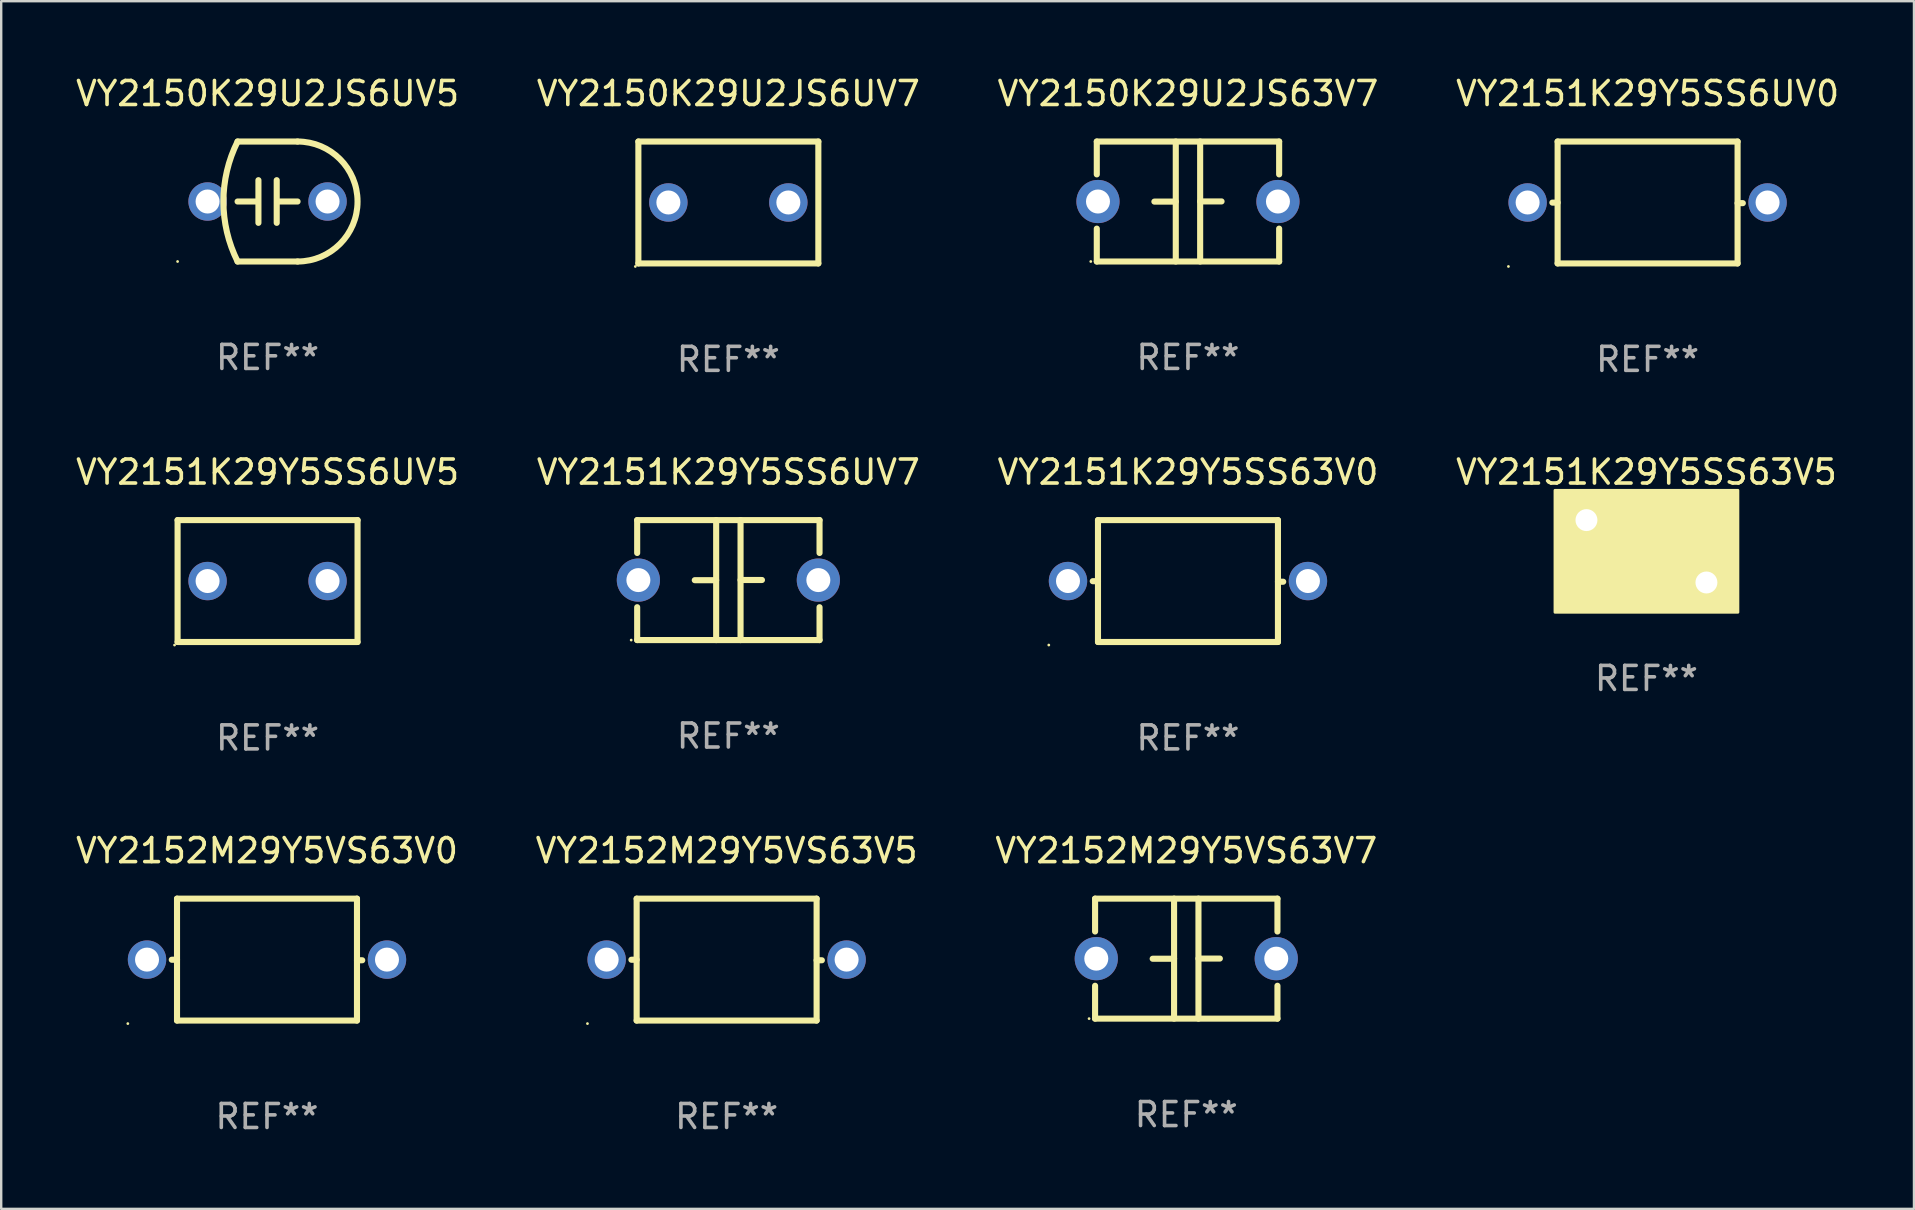
<source format=kicad_pcb>
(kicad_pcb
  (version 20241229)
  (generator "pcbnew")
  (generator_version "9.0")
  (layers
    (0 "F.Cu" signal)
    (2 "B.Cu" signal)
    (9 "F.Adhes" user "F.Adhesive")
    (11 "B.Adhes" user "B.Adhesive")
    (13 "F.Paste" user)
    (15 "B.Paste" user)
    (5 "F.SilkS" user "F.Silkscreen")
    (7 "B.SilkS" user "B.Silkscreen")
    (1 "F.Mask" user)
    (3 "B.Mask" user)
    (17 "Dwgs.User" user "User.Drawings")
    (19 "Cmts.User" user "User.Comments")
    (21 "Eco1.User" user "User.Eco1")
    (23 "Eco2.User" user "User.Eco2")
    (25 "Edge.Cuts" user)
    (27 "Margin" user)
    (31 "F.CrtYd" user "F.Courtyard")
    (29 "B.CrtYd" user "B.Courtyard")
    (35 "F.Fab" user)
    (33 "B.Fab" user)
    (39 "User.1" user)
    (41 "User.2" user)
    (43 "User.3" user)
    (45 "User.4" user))
  (footprint "VY2151K29Y5SS6UV7"
    (layer "F.Cu")
    (at 27.304 21.125)
    (property "Reference" "VY2151K29Y5SS6UV7" (at 0 -4.5 0) (layer "F.SilkS") (effects (font (size 1 1) (thickness 0.15))))
    (attr through_hole)
    (fp_line (start -3.8 -2.5) (end -3.8 -1.13) (stroke (width 0.254) (type solid)) (layer "F.SilkS"))
    (fp_line (start -3.8 -2.5) (end 3.8 -2.5) (stroke (width 0.254) (type solid)) (layer "F.SilkS"))
    (fp_line (start -3.8 1.13) (end -3.8 2.5) (stroke (width 0.254) (type solid)) (layer "F.SilkS"))
    (fp_line (start -3.8 2.5) (end 3.8 2.5) (stroke (width 0.254) (type solid)) (layer "F.SilkS"))
    (fp_line (start -0.508 0.004) (end -1.4 0.004) (stroke (width 0.254) (type solid)) (layer "F.SilkS"))
    (fp_line (start -0.508 2.5) (end -0.508 -2.5) (stroke (width 0.254) (type solid)) (layer "F.SilkS"))
    (fp_line (start 0.508 -2.5) (end 0.508 2.5) (stroke (width 0.254) (type solid)) (layer "F.SilkS"))
    (fp_line (start 0.508 -0.004) (end 1.4 -0.004) (stroke (width 0.254) (type solid)) (layer "F.SilkS"))
    (fp_line (start 3.8 -2.5) (end 3.8 -1.13) (stroke (width 0.254) (type solid)) (layer "F.SilkS"))
    (fp_line (start 3.8 1.13) (end 3.8 2.5) (stroke (width 0.254) (type solid)) (layer "F.SilkS"))
    (fp_circle (center -4.05 2.5) (end -4.02 2.5) (stroke (width 0.06) (type solid)) (fill no) (layer "F.SilkS"))
    (fp_text user "REF**" (at 0 6.5 0) (layer "F.Fab") (effects (font (size 1 1) (thickness 0.15))))
    (pad "1" thru_hole circle (at -3.75 0.000127) (size 1.8 1.8) (drill 1) (layers "*.Cu" "*.Mask"))
    (pad "2" thru_hole circle (at 3.75 0.000127) (size 1.8 1.8) (drill 1) (layers "*.Cu" "*.Mask")))
  (footprint "VY2150K29U2JS6UV7"
    (layer "F.Cu")
    (at 27.304 5.388)
    (property "Reference" "VY2150K29U2JS6UV7" (at 0 -4.54 0) (layer "F.SilkS") (effects (font (size 1 1) (thickness 0.15))))
    (attr through_hole)
    (fp_line (start -3.75 -2.54) (end 3.75 -2.54) (stroke (width 0.254) (type solid)) (layer "F.SilkS"))
    (fp_line (start -3.75 2.54) (end -3.75 -2.54) (stroke (width 0.254) (type solid)) (layer "F.SilkS"))
    (fp_line (start 3.75 -2.54) (end 3.75 2.54) (stroke (width 0.254) (type solid)) (layer "F.SilkS"))
    (fp_line (start 3.75 2.54) (end -3.75 2.54) (stroke (width 0.254) (type solid)) (layer "F.SilkS"))
    (fp_circle (center -3.877 2.667) (end -3.847 2.667) (stroke (width 0.06) (type solid)) (fill no) (layer "F.SilkS"))
    (fp_text user "REF**" (at 0 6.54 0) (layer "F.Fab") (effects (font (size 1 1) (thickness 0.15))))
    (pad "1" thru_hole circle (at -2.5 0) (size 1.6 1.6) (drill 1) (layers "*.Cu" "*.Mask"))
    (pad "2" thru_hole circle (at 2.5 0) (size 1.6 1.6) (drill 1) (layers "*.Cu" "*.Mask")))
  (footprint "VY2150K29U2JS6UV5"
    (layer "F.Cu")
    (at 8.101 5.348)
    (property "Reference" "VY2150K29U2JS6UV5" (at 0 -4.5 0) (layer "F.SilkS") (effects (font (size 1 1) (thickness 0.15))))
    (attr through_hole)
    (fp_line (start -1.25 0) (end -0.508 0) (stroke (width 0.254) (type solid)) (layer "F.SilkS"))
    (fp_line (start -1.25 -2.5) (end 1.25 -2.5) (stroke (width 0.254) (type solid)) (layer "F.SilkS"))
    (fp_line (start -1.25 2.5) (end 1.25 2.5) (stroke (width 0.254) (type solid)) (layer "F.SilkS"))
    (fp_line (start -0.381 -0.889) (end -0.381 0.889) (stroke (width 0.254) (type solid)) (layer "F.SilkS"))
    (fp_line (start 0.381 -0.889) (end 0.381 0.889) (stroke (width 0.254) (type solid)) (layer "F.SilkS"))
    (fp_line (start 1.25 0) (end 0.508 0) (stroke (width 0.254) (type solid)) (layer "F.SilkS"))
    (fp_arc (start -1.249607 2.5) (mid -1.839785 0.000003) (end -1.249632 -2.5) (stroke (width 0.254001) (type solid)) (layer "F.SilkS"))
    (fp_arc (start 1.249605 -2.5) (mid 3.749606 -0.000014) (end 1.249632 2.5) (stroke (width 0.254001) (type solid)) (layer "F.SilkS"))
    (fp_circle (center -3.75 2.5) (end -3.72 2.5) (stroke (width 0.06) (type solid)) (fill no) (layer "F.SilkS"))
    (fp_text user "REF**" (at 0 6.5 0) (layer "F.Fab") (effects (font (size 1 1) (thickness 0.15))))
    (pad "1" thru_hole circle (at -2.5 0) (size 1.6 1.6) (drill 1) (layers "*.Cu" "*.Mask"))
    (pad "2" thru_hole circle (at 2.5 0) (size 1.6 1.6) (drill 1) (layers "*.Cu" "*.Mask")))
  (footprint "VY2151K29Y5SS6UV5"
    (layer "F.Cu")
    (at 8.101 21.165)
    (property "Reference" "VY2151K29Y5SS6UV5" (at 0 -4.54 0) (layer "F.SilkS") (effects (font (size 1 1) (thickness 0.15))))
    (attr through_hole)
    (fp_line (start -3.75 -2.54) (end 3.75 -2.54) (stroke (width 0.254) (type solid)) (layer "F.SilkS"))
    (fp_line (start -3.75 2.54) (end -3.75 -2.54) (stroke (width 0.254) (type solid)) (layer "F.SilkS"))
    (fp_line (start 3.75 -2.54) (end 3.75 2.54) (stroke (width 0.254) (type solid)) (layer "F.SilkS"))
    (fp_line (start 3.75 2.54) (end -3.75 2.54) (stroke (width 0.254) (type solid)) (layer "F.SilkS"))
    (fp_circle (center -3.877 2.667) (end -3.847 2.667) (stroke (width 0.06) (type solid)) (fill no) (layer "F.SilkS"))
    (fp_text user "REF**" (at 0 6.54 0) (layer "F.Fab") (effects (font (size 1 1) (thickness 0.15))))
    (pad "1" thru_hole circle (at -2.5 0) (size 1.6 1.6) (drill 1) (layers "*.Cu" "*.Mask"))
    (pad "2" thru_hole circle (at 2.5 0) (size 1.6 1.6) (drill 1) (layers "*.Cu" "*.Mask")))
  (footprint "VY2151K29Y5SS63V0"
    (layer "F.Cu")
    (at 46.458 21.165)
    (property "Reference" "VY2151K29Y5SS63V0" (at 0 -4.54 0) (layer "F.SilkS") (effects (font (size 1 1) (thickness 0.15))))
    (attr through_hole)
    (fp_line (start -3.75 -2.54) (end 3.75 -2.54) (stroke (width 0.254) (type solid)) (layer "F.SilkS"))
    (fp_line (start -3.75 0.006) (end -3.969 0.006) (stroke (width 0.254) (type solid)) (layer "F.SilkS"))
    (fp_line (start -3.75 2.54) (end -3.75 -2.54) (stroke (width 0.254) (type solid)) (layer "F.SilkS"))
    (fp_line (start 3.75 -2.54) (end 3.75 2.54) (stroke (width 0.254) (type solid)) (layer "F.SilkS"))
    (fp_line (start 3.75 0.028) (end 3.969 0.028) (stroke (width 0.254) (type solid)) (layer "F.SilkS"))
    (fp_line (start 3.75 2.54) (end -3.75 2.54) (stroke (width 0.254) (type solid)) (layer "F.SilkS"))
    (fp_circle (center -5.8 2.667) (end -5.77 2.667) (stroke (width 0.06) (type solid)) (fill no) (layer "F.SilkS"))
    (fp_text user "REF**" (at 0 6.54 0) (layer "F.Fab") (effects (font (size 1 1) (thickness 0.15))))
    (pad "1" thru_hole circle (at -5 0) (size 1.6 1.6) (drill 1) (layers "*.Cu" "*.Mask"))
    (pad "2" thru_hole circle (at 5 0) (size 1.6 1.6) (drill 1) (layers "*.Cu" "*.Mask")))
  (footprint "VY2151K29Y5SS6UV0"
    (layer "F.Cu")
    (at 65.613 5.388)
    (property "Reference" "VY2151K29Y5SS6UV0" (at 0 -4.54 0) (layer "F.SilkS") (effects (font (size 1 1) (thickness 0.15))))
    (attr through_hole)
    (fp_line (start -3.75 -2.54) (end 3.75 -2.54) (stroke (width 0.254) (type solid)) (layer "F.SilkS"))
    (fp_line (start -3.75 0.006) (end -3.969 0.006) (stroke (width 0.254) (type solid)) (layer "F.SilkS"))
    (fp_line (start -3.75 2.54) (end -3.75 -2.54) (stroke (width 0.254) (type solid)) (layer "F.SilkS"))
    (fp_line (start 3.75 -2.54) (end 3.75 2.54) (stroke (width 0.254) (type solid)) (layer "F.SilkS"))
    (fp_line (start 3.75 0.028) (end 3.969 0.028) (stroke (width 0.254) (type solid)) (layer "F.SilkS"))
    (fp_line (start 3.75 2.54) (end -3.75 2.54) (stroke (width 0.254) (type solid)) (layer "F.SilkS"))
    (fp_circle (center -5.8 2.667) (end -5.77 2.667) (stroke (width 0.06) (type solid)) (fill no) (layer "F.SilkS"))
    (fp_text user "REF**" (at 0 6.54 0) (layer "F.Fab") (effects (font (size 1 1) (thickness 0.15))))
    (pad "1" thru_hole circle (at -5 0) (size 1.6 1.6) (drill 1) (layers "*.Cu" "*.Mask"))
    (pad "2" thru_hole circle (at 5 0) (size 1.6 1.6) (drill 1) (layers "*.Cu" "*.Mask")))
  (footprint "VY2152M29Y5VS63V5"
    (layer "F.Cu")
    (at 27.232 36.941)
    (property "Reference" "VY2152M29Y5VS63V5" (at 0 -4.54 0) (layer "F.SilkS") (effects (font (size 1 1) (thickness 0.15))))
    (attr through_hole)
    (fp_line (start -3.75 -2.54) (end 3.75 -2.54) (stroke (width 0.254) (type solid)) (layer "F.SilkS"))
    (fp_line (start -3.75 0.006) (end -3.969 0.006) (stroke (width 0.254) (type solid)) (layer "F.SilkS"))
    (fp_line (start -3.75 2.54) (end -3.75 -2.54) (stroke (width 0.254) (type solid)) (layer "F.SilkS"))
    (fp_line (start 3.75 -2.54) (end 3.75 2.54) (stroke (width 0.254) (type solid)) (layer "F.SilkS"))
    (fp_line (start 3.75 0.028) (end 3.969 0.028) (stroke (width 0.254) (type solid)) (layer "F.SilkS"))
    (fp_line (start 3.75 2.54) (end -3.75 2.54) (stroke (width 0.254) (type solid)) (layer "F.SilkS"))
    (fp_circle (center -5.8 2.667) (end -5.77 2.667) (stroke (width 0.06) (type solid)) (fill no) (layer "F.SilkS"))
    (fp_text user "REF**" (at 0 6.54 0) (layer "F.Fab") (effects (font (size 1 1) (thickness 0.15))))
    (pad "1" thru_hole circle (at -5 0) (size 1.6 1.6) (drill 1) (layers "*.Cu" "*.Mask"))
    (pad "2" thru_hole circle (at 5 0) (size 1.6 1.6) (drill 1) (layers "*.Cu" "*.Mask")))
  (footprint "VY2150K29U2JS63V7"
    (layer "F.Cu")
    (at 46.458 5.348)
    (property "Reference" "VY2150K29U2JS63V7" (at 0 -4.5 0) (layer "F.SilkS") (effects (font (size 1 1) (thickness 0.15))))
    (attr through_hole)
    (fp_line (start -3.8 -2.5) (end -3.8 -1.13) (stroke (width 0.254) (type solid)) (layer "F.SilkS"))
    (fp_line (start -3.8 -2.5) (end 3.8 -2.5) (stroke (width 0.254) (type solid)) (layer "F.SilkS"))
    (fp_line (start -3.8 1.13) (end -3.8 2.5) (stroke (width 0.254) (type solid)) (layer "F.SilkS"))
    (fp_line (start -3.8 2.5) (end 3.8 2.5) (stroke (width 0.254) (type solid)) (layer "F.SilkS"))
    (fp_line (start -0.508 0.004) (end -1.4 0.004) (stroke (width 0.254) (type solid)) (layer "F.SilkS"))
    (fp_line (start -0.508 2.5) (end -0.508 -2.5) (stroke (width 0.254) (type solid)) (layer "F.SilkS"))
    (fp_line (start 0.508 -2.5) (end 0.508 2.5) (stroke (width 0.254) (type solid)) (layer "F.SilkS"))
    (fp_line (start 0.508 -0.004) (end 1.4 -0.004) (stroke (width 0.254) (type solid)) (layer "F.SilkS"))
    (fp_line (start 3.8 -2.5) (end 3.8 -1.13) (stroke (width 0.254) (type solid)) (layer "F.SilkS"))
    (fp_line (start 3.8 1.13) (end 3.8 2.5) (stroke (width 0.254) (type solid)) (layer "F.SilkS"))
    (fp_circle (center -4.05 2.5) (end -4.02 2.5) (stroke (width 0.06) (type solid)) (fill no) (layer "F.SilkS"))
    (fp_text user "REF**" (at 0 6.5 0) (layer "F.Fab") (effects (font (size 1 1) (thickness 0.15))))
    (pad "1" thru_hole circle (at -3.75 0.000127) (size 1.8 1.8) (drill 1) (layers "*.Cu" "*.Mask"))
    (pad "2" thru_hole circle (at 3.75 0.000127) (size 1.8 1.8) (drill 1) (layers "*.Cu" "*.Mask")))
  (footprint "VY2152M29Y5VS63V7"
    (layer "F.Cu")
    (at 46.387 36.901)
    (property "Reference" "VY2152M29Y5VS63V7" (at 0 -4.5 0) (layer "F.SilkS") (effects (font (size 1 1) (thickness 0.15))))
    (attr through_hole)
    (fp_line (start -3.8 -2.5) (end -3.8 -1.13) (stroke (width 0.254) (type solid)) (layer "F.SilkS"))
    (fp_line (start -3.8 -2.5) (end 3.8 -2.5) (stroke (width 0.254) (type solid)) (layer "F.SilkS"))
    (fp_line (start -3.8 1.13) (end -3.8 2.5) (stroke (width 0.254) (type solid)) (layer "F.SilkS"))
    (fp_line (start -3.8 2.5) (end 3.8 2.5) (stroke (width 0.254) (type solid)) (layer "F.SilkS"))
    (fp_line (start -0.508 0.004) (end -1.4 0.004) (stroke (width 0.254) (type solid)) (layer "F.SilkS"))
    (fp_line (start -0.508 2.5) (end -0.508 -2.5) (stroke (width 0.254) (type solid)) (layer "F.SilkS"))
    (fp_line (start 0.508 -2.5) (end 0.508 2.5) (stroke (width 0.254) (type solid)) (layer "F.SilkS"))
    (fp_line (start 0.508 -0.004) (end 1.4 -0.004) (stroke (width 0.254) (type solid)) (layer "F.SilkS"))
    (fp_line (start 3.8 -2.5) (end 3.8 -1.13) (stroke (width 0.254) (type solid)) (layer "F.SilkS"))
    (fp_line (start 3.8 1.13) (end 3.8 2.5) (stroke (width 0.254) (type solid)) (layer "F.SilkS"))
    (fp_circle (center -4.05 2.5) (end -4.02 2.5) (stroke (width 0.06) (type solid)) (fill no) (layer "F.SilkS"))
    (fp_text user "REF**" (at 0 6.5 0) (layer "F.Fab") (effects (font (size 1 1) (thickness 0.15))))
    (pad "1" thru_hole circle (at -3.75 0.000127) (size 1.8 1.8) (drill 1) (layers "*.Cu" "*.Mask"))
    (pad "2" thru_hole circle (at 3.75 0.000127) (size 1.8 1.8) (drill 1) (layers "*.Cu" "*.Mask")))
  (footprint "VY2152M29Y5VS63V0"
    (layer "F.Cu")
    (at 8.077 36.941)
    (property "Reference" "VY2152M29Y5VS63V0" (at 0 -4.54 0) (layer "F.SilkS") (effects (font (size 1 1) (thickness 0.15))))
    (attr through_hole)
    (fp_line (start -3.75 -2.54) (end 3.75 -2.54) (stroke (width 0.254) (type solid)) (layer "F.SilkS"))
    (fp_line (start -3.75 0.006) (end -3.969 0.006) (stroke (width 0.254) (type solid)) (layer "F.SilkS"))
    (fp_line (start -3.75 2.54) (end -3.75 -2.54) (stroke (width 0.254) (type solid)) (layer "F.SilkS"))
    (fp_line (start 3.75 -2.54) (end 3.75 2.54) (stroke (width 0.254) (type solid)) (layer "F.SilkS"))
    (fp_line (start 3.75 0.028) (end 3.969 0.028) (stroke (width 0.254) (type solid)) (layer "F.SilkS"))
    (fp_line (start 3.75 2.54) (end -3.75 2.54) (stroke (width 0.254) (type solid)) (layer "F.SilkS"))
    (fp_circle (center -5.8 2.667) (end -5.77 2.667) (stroke (width 0.06) (type solid)) (fill no) (layer "F.SilkS"))
    (fp_text user "REF**" (at 0 6.54 0) (layer "F.Fab") (effects (font (size 1 1) (thickness 0.15))))
    (pad "1" thru_hole circle (at -5 0) (size 1.6 1.6) (drill 1) (layers "*.Cu" "*.Mask"))
    (pad "2" thru_hole circle (at 5 0) (size 1.6 1.6) (drill 1) (layers "*.Cu" "*.Mask")))
  (footprint "VY2151K29Y5SS63V5"
    (layer "F.Cu")
    (at 65.565 19.925)
    (property "Reference" "VY2151K29Y5SS63V5" (at 0 -3.3 0) (layer "F.SilkS") (effects (font (size 1 1) (thickness 0.15))))
    (attr through_hole)
    (fp_circle (center -3.75 -2.5) (end -3.72 -2.5) (stroke (width 0.06) (type solid)) (fill no) (layer "F.SilkS"))
    (fp_poly (pts (xy -3.81 -2.54) (xy 3.81 -2.54) (xy 3.81 2.54) (xy -3.81 2.54)) (stroke (width 0.12) (type solid)) (fill yes) (layer "F.SilkS"))
    (fp_text user "REF**" (at 0 5.3 0) (layer "F.Fab") (effects (font (size 1 1) (thickness 0.15))))
    (pad "1" thru_hole circle (at -2.5 -1.3) (size 1.524 1.524) (drill 0.914) (layers "*.Cu" "*.Mask"))
    (pad "2" thru_hole circle (at 2.5 1.3) (size 1.524 1.524) (drill 0.914) (layers "*.Cu" "*.Mask")))
  (gr_rect
    (start -3 -3)
    (end 76.714 47.33)
    (stroke (width 0.1) (type default))
    (fill no)
    (layer "Edge.Cuts")))
</source>
